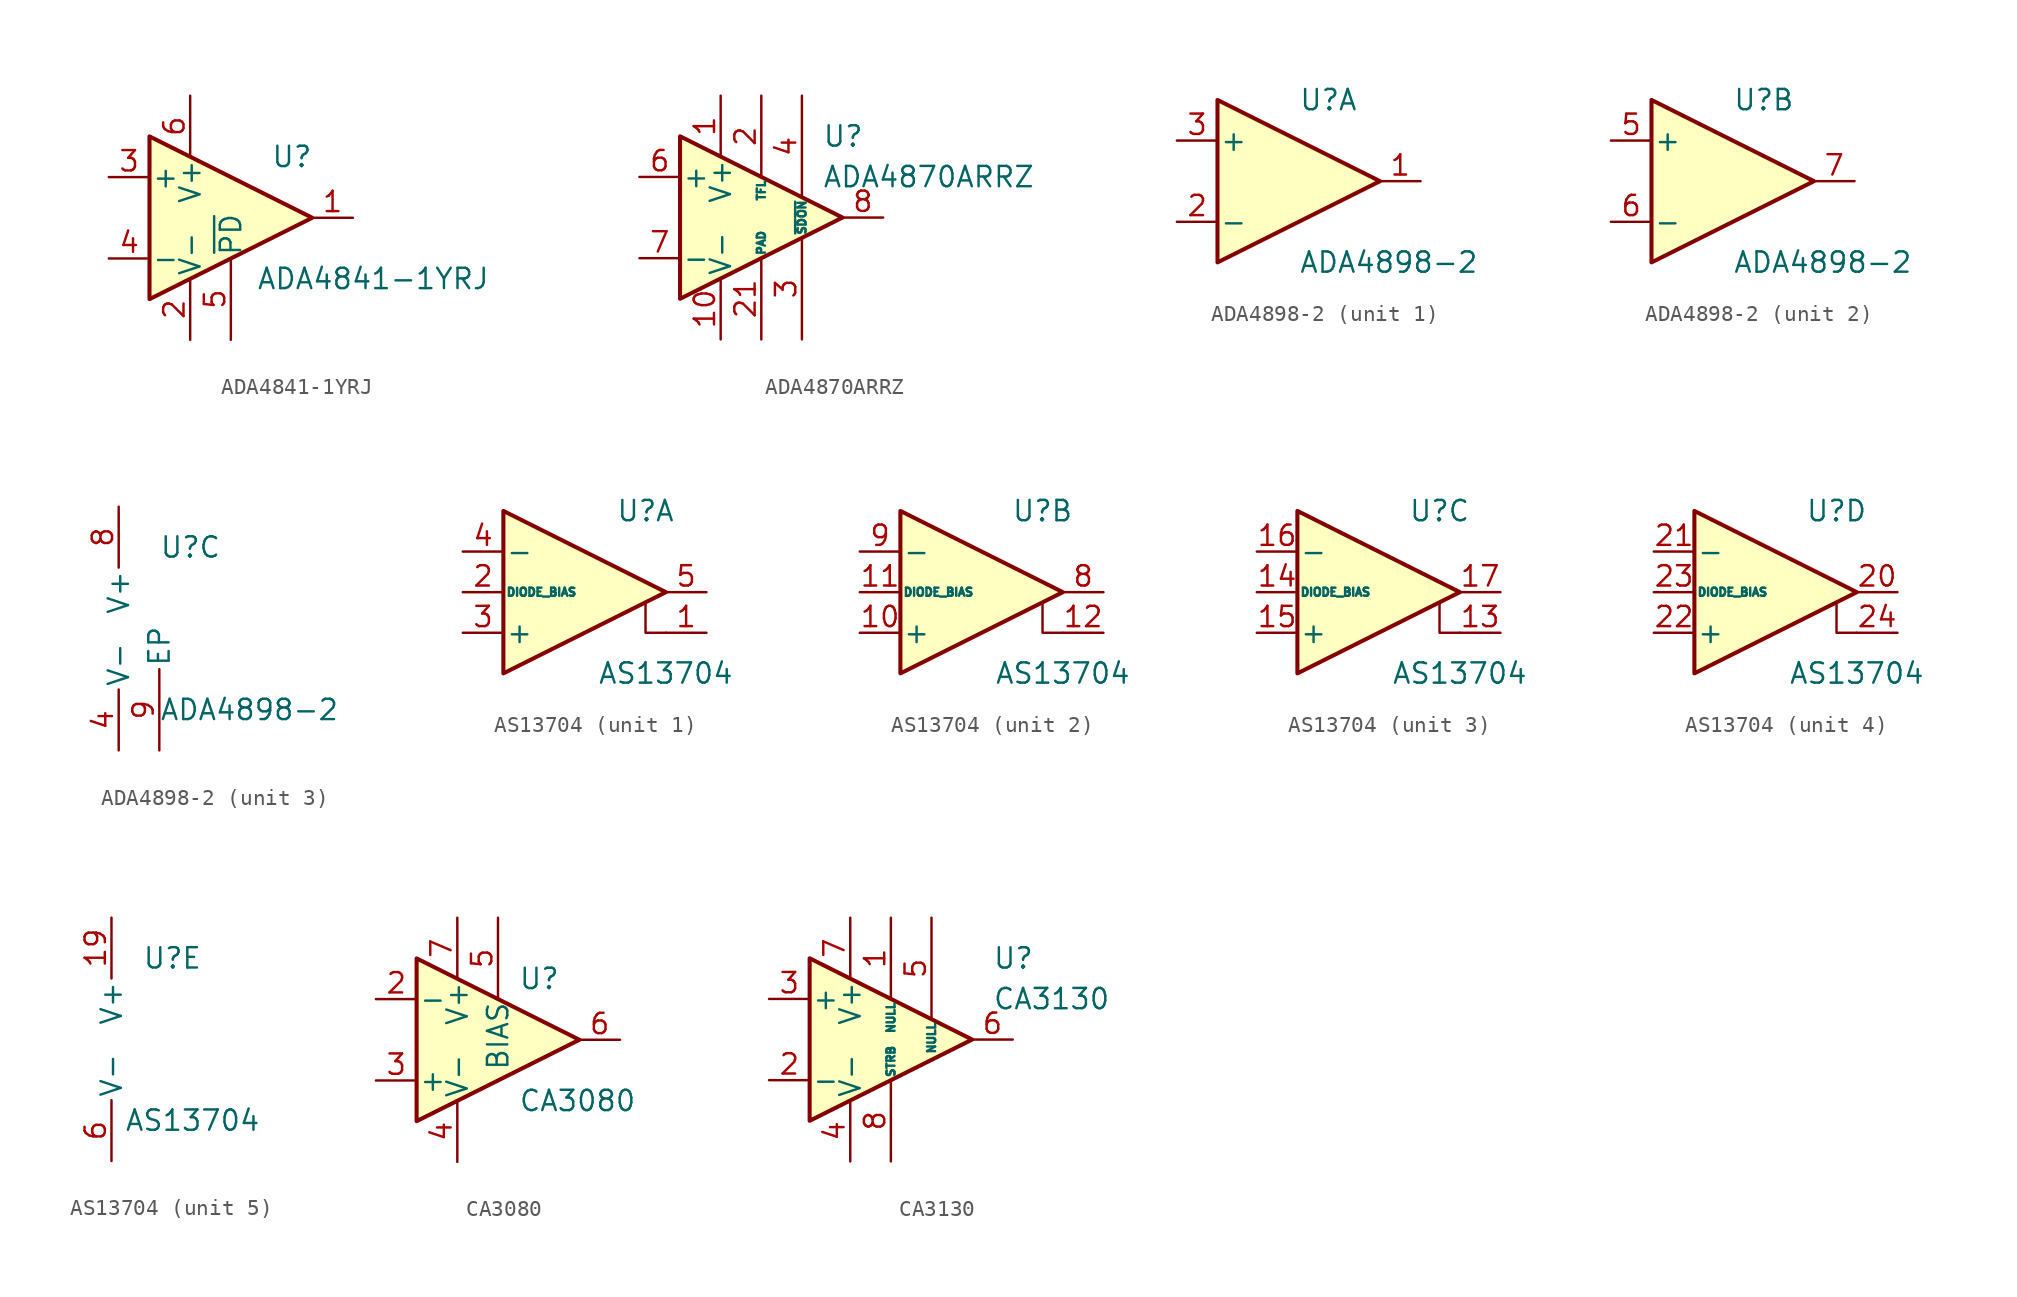
<source format=kicad_sym>
(kicad_symbol_lib
  (version 20241209)
  (generator "kicad_symbol_editor")
  (generator_version "9.0")
  (symbol "ADA4841-1YRJ"
    (pin_names
      (offset 0.127))
    (property "Reference" "U"
      (at 3.81 3.81 0)
      (effects (font (size 1.27 1.27))))
    (property "Value" "ADA4841-1YRJ"
      (at 8.89 -3.81 0)
      (effects (font (size 1.27 1.27))))
    (symbol "ADA4841-1YRJ_1_1"
      (polyline (pts (xy -5.08 5.08) (xy 5.08 0) (xy -5.08 -5.08) (xy -5.08 5.08)) (stroke (width 0.254) (type default)) (fill (type background)))
      (pin input line (at -7.62 2.54 0) (length 2.54) (name "+" (effects (font (size 1.27 1.27)))) (number "3" (effects (font (size 1.27 1.27)))))
      (pin input line (at -7.62 -2.54 0) (length 2.54) (name "-" (effects (font (size 1.27 1.27)))) (number "4" (effects (font (size 1.27 1.27)))))
      (pin power_in line (at -2.54 7.62 270) (length 3.81) (name "V+" (effects (font (size 1.27 1.27)))) (number "6" (effects (font (size 1.27 1.27)))))
      (pin power_in line (at -2.54 -7.62 90) (length 3.81) (name "V-" (effects (font (size 1.27 1.27)))) (number "2" (effects (font (size 1.27 1.27)))))
      (pin input line (at 0 -7.62 90) (length 5.08) (name "~{PD}" (effects (font (size 1.27 1.27)))) (number "5" (effects (font (size 1.27 1.27)))))
      (pin output line (at 7.62 0 180) (length 2.54) (name "~" (effects (font (size 1.27 1.27)))) (number "1" (effects (font (size 1.27 1.27)))))))
  (symbol "ADA4870ARRZ"
    (pin_names
      (offset 0.127))
    (property "Reference" "U"
      (at 3.81 5.08 0)
      (effects (font (size 1.27 1.27)) (justify left)))
    (property "Value" "ADA4870ARRZ"
      (at 3.81 2.54 0)
      (effects (font (size 1.27 1.27)) (justify left)))
    (symbol "ADA4870ARRZ_0_1"
      (polyline (pts (xy -5.08 5.08) (xy 5.08 0) (xy -5.08 -5.08) (xy -5.08 5.08)) (stroke (width 0.254) (type default)) (fill (type background))))
    (symbol "ADA4870ARRZ_1_1"
      (pin input line (at -7.62 2.54 0) (length 2.54) (name "+" (effects (font (size 1.27 1.27)))) (number "6" (effects (font (size 1.27 1.27)))))
      (pin input line (at -7.62 -2.54 0) (length 2.54) (name "-" (effects (font (size 1.27 1.27)))) (number "7" (effects (font (size 1.27 1.27)))))
      (pin no_connect line (at -5.08 5.08 270) (length 2.54) (hide yes) (name "NC" (effects (font (size 1.27 1.27)))) (number "9" (effects (font (size 1.27 1.27)))))
      (pin no_connect line (at -5.08 -5.08 90) (length 2.54) (hide yes) (name "NC" (effects (font (size 1.27 1.27)))) (number "5" (effects (font (size 1.27 1.27)))))
      (pin power_in line (at -2.54 7.62 270) (length 3.81) (name "V+" (effects (font (size 1.27 1.27)))) (number "1" (effects (font (size 1.27 1.27)))))
      (pin passive line (at -2.54 7.62 270) (length 3.81) (hide yes) (name "V+" (effects (font (size 1.27 1.27)))) (number "18" (effects (font (size 1.27 1.27)))))
      (pin passive line (at -2.54 7.62 270) (length 3.81) (hide yes) (name "V+" (effects (font (size 1.27 1.27)))) (number "19" (effects (font (size 1.27 1.27)))))
      (pin passive line (at -2.54 7.62 270) (length 3.81) (hide yes) (name "V+" (effects (font (size 1.27 1.27)))) (number "20" (effects (font (size 1.27 1.27)))))
      (pin power_in line (at -2.54 -7.62 90) (length 3.81) (name "V-" (effects (font (size 1.27 1.27)))) (number "10" (effects (font (size 1.27 1.27)))))
      (pin passive line (at -2.54 -7.62 90) (length 3.81) (hide yes) (name "V-" (effects (font (size 1.27 1.27)))) (number "11" (effects (font (size 1.27 1.27)))))
      (pin passive line (at -2.54 -7.62 90) (length 3.81) (hide yes) (name "V-" (effects (font (size 1.27 1.27)))) (number "12" (effects (font (size 1.27 1.27)))))
      (pin passive line (at -2.54 -7.62 90) (length 3.81) (hide yes) (name "V-" (effects (font (size 1.27 1.27)))) (number "13" (effects (font (size 1.27 1.27)))))
      (pin passive line (at 0 7.62 270) (length 5.08) (name "TFL" (effects (font (size 0.508 0.508)))) (number "2" (effects (font (size 1.27 1.27)))))
      (pin passive line (at 0 -7.62 90) (length 5.08) (name "PAD" (effects (font (size 0.508 0.508)))) (number "21" (effects (font (size 1.27 1.27)))))
      (pin input line (at 2.54 7.62 270) (length 6.35) (name "~{ON}" (effects (font (size 0.508 0.508)))) (number "4" (effects (font (size 1.27 1.27)))))
      (pin input line (at 2.54 -7.62 90) (length 6.35) (name "~{SD}" (effects (font (size 0.508 0.508)))) (number "3" (effects (font (size 1.27 1.27)))))
      (pin passive line (at 7.62 0 180) (length 2.54) (hide yes) (name "~" (effects (font (size 1.27 1.27)))) (number "14" (effects (font (size 1.27 1.27)))))
      (pin passive line (at 7.62 0 180) (length 2.54) (hide yes) (name "~" (effects (font (size 1.27 1.27)))) (number "15" (effects (font (size 1.27 1.27)))))
      (pin passive line (at 7.62 0 180) (length 2.54) (hide yes) (name "~" (effects (font (size 1.27 1.27)))) (number "16" (effects (font (size 1.27 1.27)))))
      (pin passive line (at 7.62 0 180) (length 2.54) (hide yes) (name "~" (effects (font (size 1.27 1.27)))) (number "17" (effects (font (size 1.27 1.27)))))
      (pin output line (at 7.62 0 180) (length 2.54) (name "~" (effects (font (size 1.27 1.27)))) (number "8" (effects (font (size 1.27 1.27)))))))
  (symbol "ADA4898-2"
    (pin_names
      (offset 0.127))
    (property "Reference" "U"
      (at 0 5.08 0)
      (effects (font (size 1.27 1.27)) (justify left)))
    (property "Value" "ADA4898-2"
      (at 0 -5.08 0)
      (effects (font (size 1.27 1.27)) (justify left)))
    (property "ki_locked" ""
      (at 0 0 0)
      (effects (font (size 1.27 1.27))))
    (symbol "ADA4898-2_1_1"
      (polyline (pts (xy -5.08 5.08) (xy 5.08 0) (xy -5.08 -5.08) (xy -5.08 5.08)) (stroke (width 0.254) (type default)) (fill (type background)))
      (pin input line (at -7.62 2.54 0) (length 2.54) (name "+" (effects (font (size 1.27 1.27)))) (number "3" (effects (font (size 1.27 1.27)))))
      (pin input line (at -7.62 -2.54 0) (length 2.54) (name "-" (effects (font (size 1.27 1.27)))) (number "2" (effects (font (size 1.27 1.27)))))
      (pin output line (at 7.62 0 180) (length 2.54) (name "~" (effects (font (size 1.27 1.27)))) (number "1" (effects (font (size 1.27 1.27))))))
    (symbol "ADA4898-2_2_1"
      (polyline (pts (xy -5.08 5.08) (xy 5.08 0) (xy -5.08 -5.08) (xy -5.08 5.08)) (stroke (width 0.254) (type default)) (fill (type background)))
      (pin input line (at -7.62 2.54 0) (length 2.54) (name "+" (effects (font (size 1.27 1.27)))) (number "5" (effects (font (size 1.27 1.27)))))
      (pin input line (at -7.62 -2.54 0) (length 2.54) (name "-" (effects (font (size 1.27 1.27)))) (number "6" (effects (font (size 1.27 1.27)))))
      (pin output line (at 7.62 0 180) (length 2.54) (name "~" (effects (font (size 1.27 1.27)))) (number "7" (effects (font (size 1.27 1.27))))))
    (symbol "ADA4898-2_3_1"
      (pin power_in line (at -2.54 7.62 270) (length 3.81) (name "V+" (effects (font (size 1.27 1.27)))) (number "8" (effects (font (size 1.27 1.27)))))
      (pin power_in line (at -2.54 -7.62 90) (length 3.81) (name "V-" (effects (font (size 1.27 1.27)))) (number "4" (effects (font (size 1.27 1.27)))))
      (pin passive line (at 0 -7.62 90) (length 5.08) (name "EP" (effects (font (size 1.27 1.27)))) (number "9" (effects (font (size 1.27 1.27)))))))
  (symbol "AS13704"
    (pin_names
      (offset 0.127))
    (property "Reference" "U"
      (at 3.81 5.08 0)
      (effects (font (size 1.27 1.27))))
    (property "Value" "AS13704"
      (at 5.08 -5.08 0)
      (effects (font (size 1.27 1.27))))
    (property "ki_locked" ""
      (at 0 0 0)
      (effects (font (size 1.27 1.27))))
    (symbol "AS13704_1_1"
      (polyline (pts (xy 3.81 -0.635) (xy 3.81 -2.54) (xy 5.08 -2.54)) (stroke (width 0) (type default)) (fill (type none)))
      (polyline (pts (xy 5.08 0) (xy -5.08 -5.08) (xy -5.08 5.08) (xy 5.08 0)) (stroke (width 0.254) (type default)) (fill (type background)))
      (pin input line (at -7.62 2.54 0) (length 2.54) (name "-" (effects (font (size 1.27 1.27)))) (number "4" (effects (font (size 1.27 1.27)))))
      (pin input line (at -7.62 0 0) (length 2.54) (name "DIODE_BIAS" (effects (font (size 0.508 0.508)))) (number "2" (effects (font (size 1.27 1.27)))))
      (pin input line (at -7.62 -2.54 0) (length 2.54) (name "+" (effects (font (size 1.27 1.27)))) (number "3" (effects (font (size 1.27 1.27)))))
      (pin no_connect line (at 0 2.54 180) (length 2.54) (hide yes) (name "NC" (effects (font (size 1.27 1.27)))) (number "7" (effects (font (size 1.27 1.27)))))
      (pin no_connect line (at 0 -2.54 180) (length 2.54) (hide yes) (name "NC" (effects (font (size 1.27 1.27)))) (number "18" (effects (font (size 1.27 1.27)))))
      (pin output line (at 7.62 0 180) (length 2.54) (name "~" (effects (font (size 1.27 1.27)))) (number "5" (effects (font (size 1.27 1.27)))))
      (pin input line (at 7.62 -2.54 180) (length 2.54) (name "~" (effects (font (size 1.27 1.27)))) (number "1" (effects (font (size 1.27 1.27))))))
    (symbol "AS13704_2_1"
      (polyline (pts (xy 3.81 -0.635) (xy 3.81 -2.54) (xy 5.08 -2.54)) (stroke (width 0) (type default)) (fill (type none)))
      (polyline (pts (xy 5.08 0) (xy -5.08 -5.08) (xy -5.08 5.08) (xy 5.08 0)) (stroke (width 0.254) (type default)) (fill (type background)))
      (pin input line (at -7.62 2.54 0) (length 2.54) (name "-" (effects (font (size 1.27 1.27)))) (number "9" (effects (font (size 1.27 1.27)))))
      (pin input line (at -7.62 0 0) (length 2.54) (name "DIODE_BIAS" (effects (font (size 0.508 0.508)))) (number "11" (effects (font (size 1.27 1.27)))))
      (pin input line (at -7.62 -2.54 0) (length 2.54) (name "+" (effects (font (size 1.27 1.27)))) (number "10" (effects (font (size 1.27 1.27)))))
      (pin output line (at 7.62 0 180) (length 2.54) (name "~" (effects (font (size 1.27 1.27)))) (number "8" (effects (font (size 1.27 1.27)))))
      (pin input line (at 7.62 -2.54 180) (length 2.54) (name "~" (effects (font (size 1.27 1.27)))) (number "12" (effects (font (size 1.27 1.27))))))
    (symbol "AS13704_3_1"
      (polyline (pts (xy 3.81 -0.635) (xy 3.81 -2.54) (xy 5.08 -2.54)) (stroke (width 0) (type default)) (fill (type none)))
      (polyline (pts (xy 5.08 0) (xy -5.08 -5.08) (xy -5.08 5.08) (xy 5.08 0)) (stroke (width 0.254) (type default)) (fill (type background)))
      (pin input line (at -7.62 2.54 0) (length 2.54) (name "-" (effects (font (size 1.27 1.27)))) (number "16" (effects (font (size 1.27 1.27)))))
      (pin input line (at -7.62 0 0) (length 2.54) (name "DIODE_BIAS" (effects (font (size 0.508 0.508)))) (number "14" (effects (font (size 1.27 1.27)))))
      (pin input line (at -7.62 -2.54 0) (length 2.54) (name "+" (effects (font (size 1.27 1.27)))) (number "15" (effects (font (size 1.27 1.27)))))
      (pin output line (at 7.62 0 180) (length 2.54) (name "~" (effects (font (size 1.27 1.27)))) (number "17" (effects (font (size 1.27 1.27)))))
      (pin input line (at 7.62 -2.54 180) (length 2.54) (name "~" (effects (font (size 1.27 1.27)))) (number "13" (effects (font (size 1.27 1.27))))))
    (symbol "AS13704_4_1"
      (polyline (pts (xy 3.81 -0.635) (xy 3.81 -2.54) (xy 5.08 -2.54)) (stroke (width 0) (type default)) (fill (type none)))
      (polyline (pts (xy 5.08 0) (xy -5.08 -5.08) (xy -5.08 5.08) (xy 5.08 0)) (stroke (width 0.254) (type default)) (fill (type background)))
      (pin input line (at -7.62 2.54 0) (length 2.54) (name "-" (effects (font (size 1.27 1.27)))) (number "21" (effects (font (size 1.27 1.27)))))
      (pin input line (at -7.62 0 0) (length 2.54) (name "DIODE_BIAS" (effects (font (size 0.508 0.508)))) (number "23" (effects (font (size 1.27 1.27)))))
      (pin input line (at -7.62 -2.54 0) (length 2.54) (name "+" (effects (font (size 1.27 1.27)))) (number "22" (effects (font (size 1.27 1.27)))))
      (pin output line (at 7.62 0 180) (length 2.54) (name "~" (effects (font (size 1.27 1.27)))) (number "20" (effects (font (size 1.27 1.27)))))
      (pin input line (at 7.62 -2.54 180) (length 2.54) (name "~" (effects (font (size 1.27 1.27)))) (number "24" (effects (font (size 1.27 1.27))))))
    (symbol "AS13704_5_1"
      (pin power_in line (at 0 7.62 270) (length 3.81) (name "V+" (effects (font (size 1.27 1.27)))) (number "19" (effects (font (size 1.27 1.27)))))
      (pin power_in line (at 0 -7.62 90) (length 3.81) (name "V-" (effects (font (size 1.27 1.27)))) (number "6" (effects (font (size 1.27 1.27)))))))
  (symbol "CA3080"
    (pin_names
      (offset 0.127))
    (property "Reference" "U"
      (at 1.27 3.81 0)
      (effects (font (size 1.27 1.27)) (justify left)))
    (property "Value" "CA3080"
      (at 1.27 -3.81 0)
      (effects (font (size 1.27 1.27)) (justify left)))
    (symbol "CA3080_0_1"
      (polyline (pts (xy 5.08 0) (xy -5.08 -5.08) (xy -5.08 5.08) (xy 5.08 0)) (stroke (width 0.254) (type default)) (fill (type background))))
    (symbol "CA3080_1_1"
      (pin input line (at -7.62 2.54 0) (length 2.54) (name "-" (effects (font (size 1.27 1.27)))) (number "2" (effects (font (size 1.27 1.27)))))
      (pin input line (at -7.62 -2.54 0) (length 2.54) (name "+" (effects (font (size 1.27 1.27)))) (number "3" (effects (font (size 1.27 1.27)))))
      (pin power_in line (at -2.54 7.62 270) (length 3.81) (name "V+" (effects (font (size 1.27 1.27)))) (number "7" (effects (font (size 1.27 1.27)))))
      (pin no_connect line (at -2.54 2.54 270) (length 2.54) (hide yes) (name "NC" (effects (font (size 1.27 1.27)))) (number "1" (effects (font (size 1.27 1.27)))))
      (pin power_in line (at -2.54 -7.62 90) (length 3.81) (name "V-" (effects (font (size 1.27 1.27)))) (number "4" (effects (font (size 1.27 1.27)))))
      (pin passive line (at 0 7.62 270) (length 5.08) (name "BIAS" (effects (font (size 1.27 1.27)))) (number "5" (effects (font (size 1.27 1.27)))))
      (pin no_connect line (at 0 2.54 270) (length 2.54) (hide yes) (name "NC" (effects (font (size 1.27 1.27)))) (number "8" (effects (font (size 1.27 1.27)))))
      (pin output line (at 7.62 0 180) (length 2.54) (name "~" (effects (font (size 1.27 1.27)))) (number "6" (effects (font (size 1.27 1.27)))))))
  (symbol "CA3130"
    (pin_names
      (offset 0.127))
    (property "Reference" "U"
      (at 6.35 5.08 0)
      (effects (font (size 1.27 1.27)) (justify left)))
    (property "Value" "CA3130"
      (at 6.35 2.54 0)
      (effects (font (size 1.27 1.27)) (justify left)))
    (symbol "CA3130_0_1"
      (polyline (pts (xy -5.08 5.08) (xy 5.08 0) (xy -5.08 -5.08) (xy -5.08 5.08)) (stroke (width 0.254) (type default)) (fill (type background))))
    (symbol "CA3130_1_1"
      (pin input line (at -7.62 2.54 0) (length 2.54) (name "+" (effects (font (size 1.27 1.27)))) (number "3" (effects (font (size 1.27 1.27)))))
      (pin input line (at -7.62 -2.54 0) (length 2.54) (name "-" (effects (font (size 1.27 1.27)))) (number "2" (effects (font (size 1.27 1.27)))))
      (pin power_in line (at -2.54 7.62 270) (length 3.81) (name "V+" (effects (font (size 1.27 1.27)))) (number "7" (effects (font (size 1.27 1.27)))))
      (pin power_in line (at -2.54 -7.62 90) (length 3.81) (name "V-" (effects (font (size 1.27 1.27)))) (number "4" (effects (font (size 1.27 1.27)))))
      (pin passive line (at 0 7.62 270) (length 5.08) (name "NULL" (effects (font (size 0.508 0.508)))) (number "1" (effects (font (size 1.27 1.27)))))
      (pin passive line (at 0 -7.62 90) (length 5.08) (name "STRB" (effects (font (size 0.508 0.508)))) (number "8" (effects (font (size 1.27 1.27)))))
      (pin passive line (at 2.54 7.62 270) (length 6.35) (name "NULL" (effects (font (size 0.508 0.508)))) (number "5" (effects (font (size 1.27 1.27)))))
      (pin output line (at 7.62 0 180) (length 2.54) (name "~" (effects (font (size 1.27 1.27)))) (number "6" (effects (font (size 1.27 1.27))))))))
</source>
